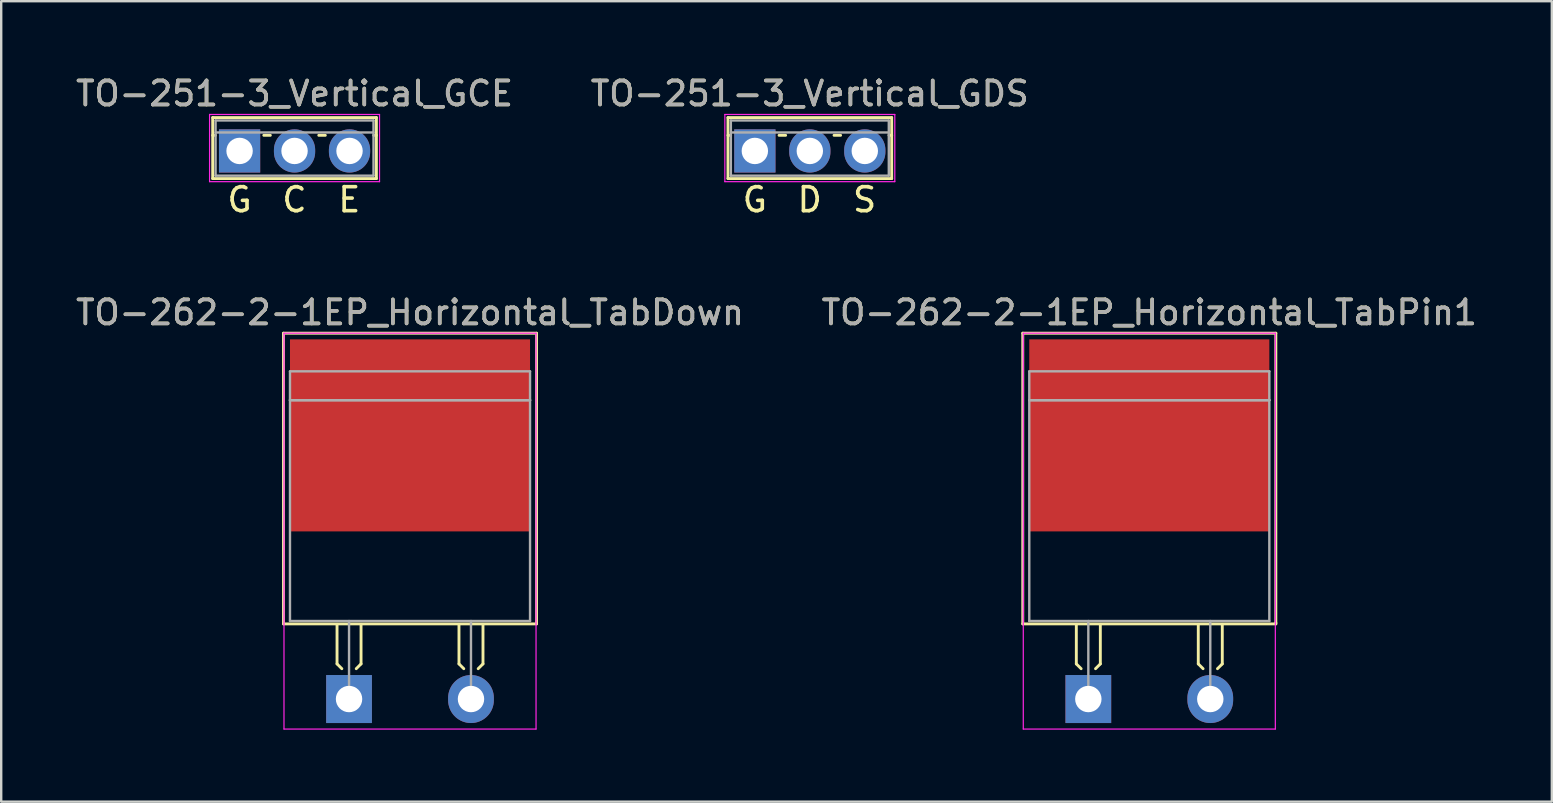
<source format=kicad_pcb>
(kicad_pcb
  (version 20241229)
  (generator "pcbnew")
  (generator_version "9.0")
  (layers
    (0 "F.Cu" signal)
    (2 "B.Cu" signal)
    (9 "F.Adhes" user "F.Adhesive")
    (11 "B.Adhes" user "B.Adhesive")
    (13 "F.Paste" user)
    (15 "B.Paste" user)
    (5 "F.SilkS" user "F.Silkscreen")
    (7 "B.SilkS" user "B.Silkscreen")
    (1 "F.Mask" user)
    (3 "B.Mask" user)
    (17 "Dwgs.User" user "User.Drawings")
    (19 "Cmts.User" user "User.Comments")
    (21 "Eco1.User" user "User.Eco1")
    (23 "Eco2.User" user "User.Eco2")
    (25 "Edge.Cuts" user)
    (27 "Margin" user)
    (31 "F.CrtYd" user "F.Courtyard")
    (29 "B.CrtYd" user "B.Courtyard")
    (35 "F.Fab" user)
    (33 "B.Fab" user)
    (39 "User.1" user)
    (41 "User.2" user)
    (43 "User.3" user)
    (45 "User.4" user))
  (footprint "TO-262-2-1EP_Horizontal_TabDown"
    (layer "F.Cu")
    (at 11.49 26.07)
    (property "Reference" "TO-262-2-1EP_Horizontal_TabDown" (at 2.54 -16.103 0) (layer "F.SilkS") (effects (font (size 1 1) (thickness 0.15))))
    (fp_line (start -2.731 -15.24) (end 7.811 -15.24) (stroke (width 0.12) (type solid)) (layer "F.SilkS"))
    (fp_line (start -2.731 -3.13) (end -2.731 -15.24) (stroke (width 0.12) (type solid)) (layer "F.SilkS"))
    (fp_line (start -2.731 -3.13) (end 7.811 -3.13) (stroke (width 0.12) (type solid)) (layer "F.SilkS"))
    (fp_line (start -0.5 -3.111) (end -0.5 -1.464) (stroke (width 0.12) (type solid)) (layer "F.SilkS"))
    (fp_line (start -0.5 -1.464) (end -0.3 -1.264) (stroke (width 0.12) (type solid)) (layer "F.SilkS"))
    (fp_line (start 0.5 -3.111) (end 0.5 -1.464) (stroke (width 0.12) (type solid)) (layer "F.SilkS"))
    (fp_line (start 0.5 -1.464) (end 0.3 -1.264) (stroke (width 0.12) (type solid)) (layer "F.SilkS"))
    (fp_line (start 4.58 -3.111) (end 4.58 -1.464) (stroke (width 0.12) (type solid)) (layer "F.SilkS"))
    (fp_line (start 4.58 -1.464) (end 4.78 -1.264) (stroke (width 0.12) (type solid)) (layer "F.SilkS"))
    (fp_line (start 5.58 -3.111) (end 5.58 -1.464) (stroke (width 0.12) (type solid)) (layer "F.SilkS"))
    (fp_line (start 5.58 -1.464) (end 5.38 -1.264) (stroke (width 0.12) (type solid)) (layer "F.SilkS"))
    (fp_line (start 7.811 -15.24) (end 7.811 -3.175) (stroke (width 0.12) (type solid)) (layer "F.SilkS"))
    (fp_line (start 7.811 -3.175) (end 7.811 -3.13) (stroke (width 0.12) (type solid)) (layer "F.SilkS"))
    (fp_line (start -2.71 -15.24) (end -2.71 1.25) (stroke (width 0.05) (type solid)) (layer "F.CrtYd"))
    (fp_line (start -2.71 1.25) (end 7.79 1.25) (stroke (width 0.05) (type solid)) (layer "F.CrtYd"))
    (fp_line (start 7.79 -15.24) (end -2.71 -15.24) (stroke (width 0.05) (type solid)) (layer "F.CrtYd"))
    (fp_line (start 7.79 1.25) (end 7.79 -15.24) (stroke (width 0.05) (type solid)) (layer "F.CrtYd"))
    (fp_line (start -2.46 -13.65) (end 7.54 -13.65) (stroke (width 0.1) (type solid)) (layer "F.Fab"))
    (fp_line (start -2.46 -12.45) (end -2.46 -13.65) (stroke (width 0.1) (type solid)) (layer "F.Fab"))
    (fp_line (start -2.46 -12.45) (end 7.54 -12.45) (stroke (width 0.1) (type solid)) (layer "F.Fab"))
    (fp_line (start -2.46 -3.25) (end -2.46 -12.45) (stroke (width 0.1) (type solid)) (layer "F.Fab"))
    (fp_line (start 0 -3.25) (end 0 0) (stroke (width 0.1) (type solid)) (layer "F.Fab"))
    (fp_line (start 5.08 -3.25) (end 5.08 0) (stroke (width 0.1) (type solid)) (layer "F.Fab"))
    (fp_line (start 7.54 -13.65) (end 7.54 -12.45) (stroke (width 0.1) (type solid)) (layer "F.Fab"))
    (fp_line (start 7.54 -12.45) (end -2.46 -12.45) (stroke (width 0.1) (type solid)) (layer "F.Fab"))
    (fp_line (start 7.54 -12.45) (end 7.54 -3.25) (stroke (width 0.1) (type solid)) (layer "F.Fab"))
    (fp_line (start 7.54 -3.25) (end -2.46 -3.25) (stroke (width 0.1) (type solid)) (layer "F.Fab"))
    (fp_text user "${REFERENCE}" (at 2.54 -16.103 0) (layer "F.Fab") (effects (font (size 1 1) (thickness 0.15))))
    (pad "1" thru_hole rect (at 0 0) (size 1.905 2) (drill 1.1) (layers "*.Cu" "*.Mask"))
    (pad "2" thru_hole oval (at 5.08 0) (size 1.905 2) (drill 1.1) (layers "*.Cu" "*.Mask"))
    (pad "3" smd rect (at 2.54 -10.983) (size 10 8) (layers "F.Cu" "F.Mask" "F.Paste")))
  (footprint "TO-262-2-1EP_Horizontal_TabPin1"
    (layer "F.Cu")
    (at 42.287 26.07)
    (property "Reference" "TO-262-2-1EP_Horizontal_TabPin1" (at 2.54 -16.103 0) (layer "F.SilkS") (effects (font (size 1 1) (thickness 0.15))))
    (fp_line (start -2.731 -15.24) (end 7.811 -15.24) (stroke (width 0.12) (type solid)) (layer "F.SilkS"))
    (fp_line (start -2.731 -3.13) (end -2.731 -15.24) (stroke (width 0.12) (type solid)) (layer "F.SilkS"))
    (fp_line (start -2.731 -3.13) (end 7.811 -3.13) (stroke (width 0.12) (type solid)) (layer "F.SilkS"))
    (fp_line (start -0.5 -3.111) (end -0.5 -1.464) (stroke (width 0.12) (type solid)) (layer "F.SilkS"))
    (fp_line (start -0.5 -1.464) (end -0.3 -1.264) (stroke (width 0.12) (type solid)) (layer "F.SilkS"))
    (fp_line (start 0.5 -3.111) (end 0.5 -1.464) (stroke (width 0.12) (type solid)) (layer "F.SilkS"))
    (fp_line (start 0.5 -1.464) (end 0.3 -1.264) (stroke (width 0.12) (type solid)) (layer "F.SilkS"))
    (fp_line (start 4.58 -3.111) (end 4.58 -1.464) (stroke (width 0.12) (type solid)) (layer "F.SilkS"))
    (fp_line (start 4.58 -1.464) (end 4.78 -1.264) (stroke (width 0.12) (type solid)) (layer "F.SilkS"))
    (fp_line (start 5.58 -3.111) (end 5.58 -1.464) (stroke (width 0.12) (type solid)) (layer "F.SilkS"))
    (fp_line (start 5.58 -1.464) (end 5.38 -1.264) (stroke (width 0.12) (type solid)) (layer "F.SilkS"))
    (fp_line (start 7.811 -15.24) (end 7.811 -3.175) (stroke (width 0.12) (type solid)) (layer "F.SilkS"))
    (fp_line (start 7.811 -3.175) (end 7.811 -3.13) (stroke (width 0.12) (type solid)) (layer "F.SilkS"))
    (fp_line (start -2.71 -15.24) (end -2.71 1.25) (stroke (width 0.05) (type solid)) (layer "F.CrtYd"))
    (fp_line (start -2.71 1.25) (end 7.79 1.25) (stroke (width 0.05) (type solid)) (layer "F.CrtYd"))
    (fp_line (start 7.79 -15.24) (end -2.71 -15.24) (stroke (width 0.05) (type solid)) (layer "F.CrtYd"))
    (fp_line (start 7.79 1.25) (end 7.79 -15.24) (stroke (width 0.05) (type solid)) (layer "F.CrtYd"))
    (fp_line (start -2.46 -13.65) (end 7.54 -13.65) (stroke (width 0.1) (type solid)) (layer "F.Fab"))
    (fp_line (start -2.46 -12.45) (end -2.46 -13.65) (stroke (width 0.1) (type solid)) (layer "F.Fab"))
    (fp_line (start -2.46 -12.45) (end 7.54 -12.45) (stroke (width 0.1) (type solid)) (layer "F.Fab"))
    (fp_line (start -2.46 -3.25) (end -2.46 -12.45) (stroke (width 0.1) (type solid)) (layer "F.Fab"))
    (fp_line (start 0 -3.25) (end 0 0) (stroke (width 0.1) (type solid)) (layer "F.Fab"))
    (fp_line (start 5.08 -3.25) (end 5.08 0) (stroke (width 0.1) (type solid)) (layer "F.Fab"))
    (fp_line (start 7.54 -13.65) (end 7.54 -12.45) (stroke (width 0.1) (type solid)) (layer "F.Fab"))
    (fp_line (start 7.54 -12.45) (end -2.46 -12.45) (stroke (width 0.1) (type solid)) (layer "F.Fab"))
    (fp_line (start 7.54 -12.45) (end 7.54 -3.25) (stroke (width 0.1) (type solid)) (layer "F.Fab"))
    (fp_line (start 7.54 -3.25) (end -2.46 -3.25) (stroke (width 0.1) (type solid)) (layer "F.Fab"))
    (fp_text user "${REFERENCE}" (at 2.54 -16.103 0) (layer "F.Fab") (effects (font (size 1 1) (thickness 0.15))))
    (pad "1" thru_hole rect (at 0 0) (size 1.905 2) (drill 1.1) (layers "*.Cu" "*.Mask"))
    (pad "1" smd rect (at 2.54 -10.983) (size 10 8) (layers "F.Cu" "F.Mask" "F.Paste"))
    (pad "2" thru_hole oval (at 5.08 0) (size 1.905 2) (drill 1.1) (layers "*.Cu" "*.Mask")))
  (footprint "TO-251-3_Vertical_GDS"
    (layer "F.Cu")
    (at 28.395 3.238)
    (property "Reference" "TO-251-3_Vertical_GDS" (at 2.29 -2.39 0) (layer "F.SilkS") (effects (font (size 1 1) (thickness 0.15))))
    (attr through_hole)
    (fp_line (start -1.12 -1.39) (end -1.12 1.15) (stroke (width 0.12) (type solid)) (layer "F.SilkS"))
    (fp_line (start -1.12 -1.39) (end 5.7 -1.39) (stroke (width 0.12) (type solid)) (layer "F.SilkS"))
    (fp_line (start -1.12 -0.651) (end -1.009 -0.651) (stroke (width 0.12) (type solid)) (layer "F.SilkS"))
    (fp_line (start -1.12 1.15) (end 5.7 1.15) (stroke (width 0.12) (type solid)) (layer "F.SilkS"))
    (fp_line (start 1.009 -0.651) (end 1.282 -0.651) (stroke (width 0.12) (type solid)) (layer "F.SilkS"))
    (fp_line (start 3.299 -0.651) (end 3.572 -0.651) (stroke (width 0.12) (type solid)) (layer "F.SilkS"))
    (fp_line (start 5.589 -0.651) (end 5.7 -0.651) (stroke (width 0.12) (type solid)) (layer "F.SilkS"))
    (fp_line (start 5.7 -1.39) (end 5.7 1.15) (stroke (width 0.12) (type solid)) (layer "F.SilkS"))
    (fp_line (start -1.25 -1.52) (end -1.25 1.28) (stroke (width 0.05) (type solid)) (layer "F.CrtYd"))
    (fp_line (start -1.25 1.28) (end 5.83 1.28) (stroke (width 0.05) (type solid)) (layer "F.CrtYd"))
    (fp_line (start 5.83 -1.52) (end -1.25 -1.52) (stroke (width 0.05) (type solid)) (layer "F.CrtYd"))
    (fp_line (start 5.83 1.28) (end 5.83 -1.52) (stroke (width 0.05) (type solid)) (layer "F.CrtYd"))
    (fp_line (start -1 -1.27) (end -1 1.03) (stroke (width 0.1) (type solid)) (layer "F.Fab"))
    (fp_line (start -1 -0.77) (end 5.58 -0.77) (stroke (width 0.1) (type solid)) (layer "F.Fab"))
    (fp_line (start -1 1.03) (end 5.58 1.03) (stroke (width 0.1) (type solid)) (layer "F.Fab"))
    (fp_line (start 5.58 -1.27) (end -1 -1.27) (stroke (width 0.1) (type solid)) (layer "F.Fab"))
    (fp_line (start 5.58 1.03) (end 5.58 -1.27) (stroke (width 0.1) (type solid)) (layer "F.Fab"))
    (fp_text user "G" (at 0 2.032 0) (layer "F.SilkS") (effects (font (size 1 1) (thickness 0.15))))
    (fp_text user "S" (at 4.572 2.032 0) (layer "F.SilkS") (effects (font (size 1 1) (thickness 0.15))))
    (fp_text user "D" (at 2.286 2.032 0) (layer "F.SilkS") (effects (font (size 1 1) (thickness 0.15))))
    (fp_text user "${REFERENCE}" (at 2.29 -2.39 0) (layer "F.Fab") (effects (font (size 1 1) (thickness 0.15))))
    (pad "1" thru_hole rect (at 0 0) (size 1.718 1.8) (drill 1.1) (layers "*.Cu" "*.Mask"))
    (pad "2" thru_hole oval (at 2.29 0) (size 1.718 1.8) (drill 1.1) (layers "*.Cu" "*.Mask"))
    (pad "3" thru_hole oval (at 4.58 0) (size 1.718 1.8) (drill 1.1) (layers "*.Cu" "*.Mask")))
  (footprint "TO-251-3_Vertical_GCE"
    (layer "F.Cu")
    (at 6.93 3.238)
    (property "Reference" "TO-251-3_Vertical_GCE" (at 2.29 -2.39 0) (layer "F.SilkS") (effects (font (size 1 1) (thickness 0.15))))
    (fp_line (start -1.12 -1.39) (end -1.12 1.15) (stroke (width 0.12) (type solid)) (layer "F.SilkS"))
    (fp_line (start -1.12 -1.39) (end 5.7 -1.39) (stroke (width 0.12) (type solid)) (layer "F.SilkS"))
    (fp_line (start -1.12 -0.651) (end -1.009 -0.651) (stroke (width 0.12) (type solid)) (layer "F.SilkS"))
    (fp_line (start -1.12 1.15) (end 5.7 1.15) (stroke (width 0.12) (type solid)) (layer "F.SilkS"))
    (fp_line (start 1.009 -0.651) (end 1.282 -0.651) (stroke (width 0.12) (type solid)) (layer "F.SilkS"))
    (fp_line (start 3.299 -0.651) (end 3.572 -0.651) (stroke (width 0.12) (type solid)) (layer "F.SilkS"))
    (fp_line (start 5.589 -0.651) (end 5.7 -0.651) (stroke (width 0.12) (type solid)) (layer "F.SilkS"))
    (fp_line (start 5.7 -1.39) (end 5.7 1.15) (stroke (width 0.12) (type solid)) (layer "F.SilkS"))
    (fp_line (start -1.25 -1.52) (end -1.25 1.28) (stroke (width 0.05) (type solid)) (layer "F.CrtYd"))
    (fp_line (start -1.25 1.28) (end 5.83 1.28) (stroke (width 0.05) (type solid)) (layer "F.CrtYd"))
    (fp_line (start 5.83 -1.52) (end -1.25 -1.52) (stroke (width 0.05) (type solid)) (layer "F.CrtYd"))
    (fp_line (start 5.83 1.28) (end 5.83 -1.52) (stroke (width 0.05) (type solid)) (layer "F.CrtYd"))
    (fp_line (start -1 -1.27) (end -1 1.03) (stroke (width 0.1) (type solid)) (layer "F.Fab"))
    (fp_line (start -1 -0.77) (end 5.58 -0.77) (stroke (width 0.1) (type solid)) (layer "F.Fab"))
    (fp_line (start -1 1.03) (end 5.58 1.03) (stroke (width 0.1) (type solid)) (layer "F.Fab"))
    (fp_line (start 5.58 -1.27) (end -1 -1.27) (stroke (width 0.1) (type solid)) (layer "F.Fab"))
    (fp_line (start 5.58 1.03) (end 5.58 -1.27) (stroke (width 0.1) (type solid)) (layer "F.Fab"))
    (fp_text user "C" (at 2.286 2.032 0) (unlocked yes) (layer "F.SilkS") (effects (font (size 1 1) (thickness 0.15))))
    (fp_text user "E" (at 4.572 2.032 0) (unlocked yes) (layer "F.SilkS") (effects (font (size 1 1) (thickness 0.15))))
    (fp_text user "G" (at 0 2.032 0) (unlocked yes) (layer "F.SilkS") (effects (font (size 1 1) (thickness 0.15))))
    (fp_text user "${REFERENCE}" (at 2.29 -2.39 0) (layer "F.Fab") (effects (font (size 1 1) (thickness 0.15))))
    (pad "1" thru_hole rect (at 0 0) (size 1.718 1.8) (drill 1.1) (layers "*.Cu" "*.Mask"))
    (pad "2" thru_hole oval (at 2.29 0) (size 1.718 1.8) (drill 1.1) (layers "*.Cu" "*.Mask"))
    (pad "3" thru_hole oval (at 4.58 0) (size 1.718 1.8) (drill 1.1) (layers "*.Cu" "*.Mask")))
  (gr_rect
    (start -3 -3)
    (end 61.595 30.345)
    (stroke (width 0.1) (type default))
    (fill no)
    (layer "Edge.Cuts")))
</source>
